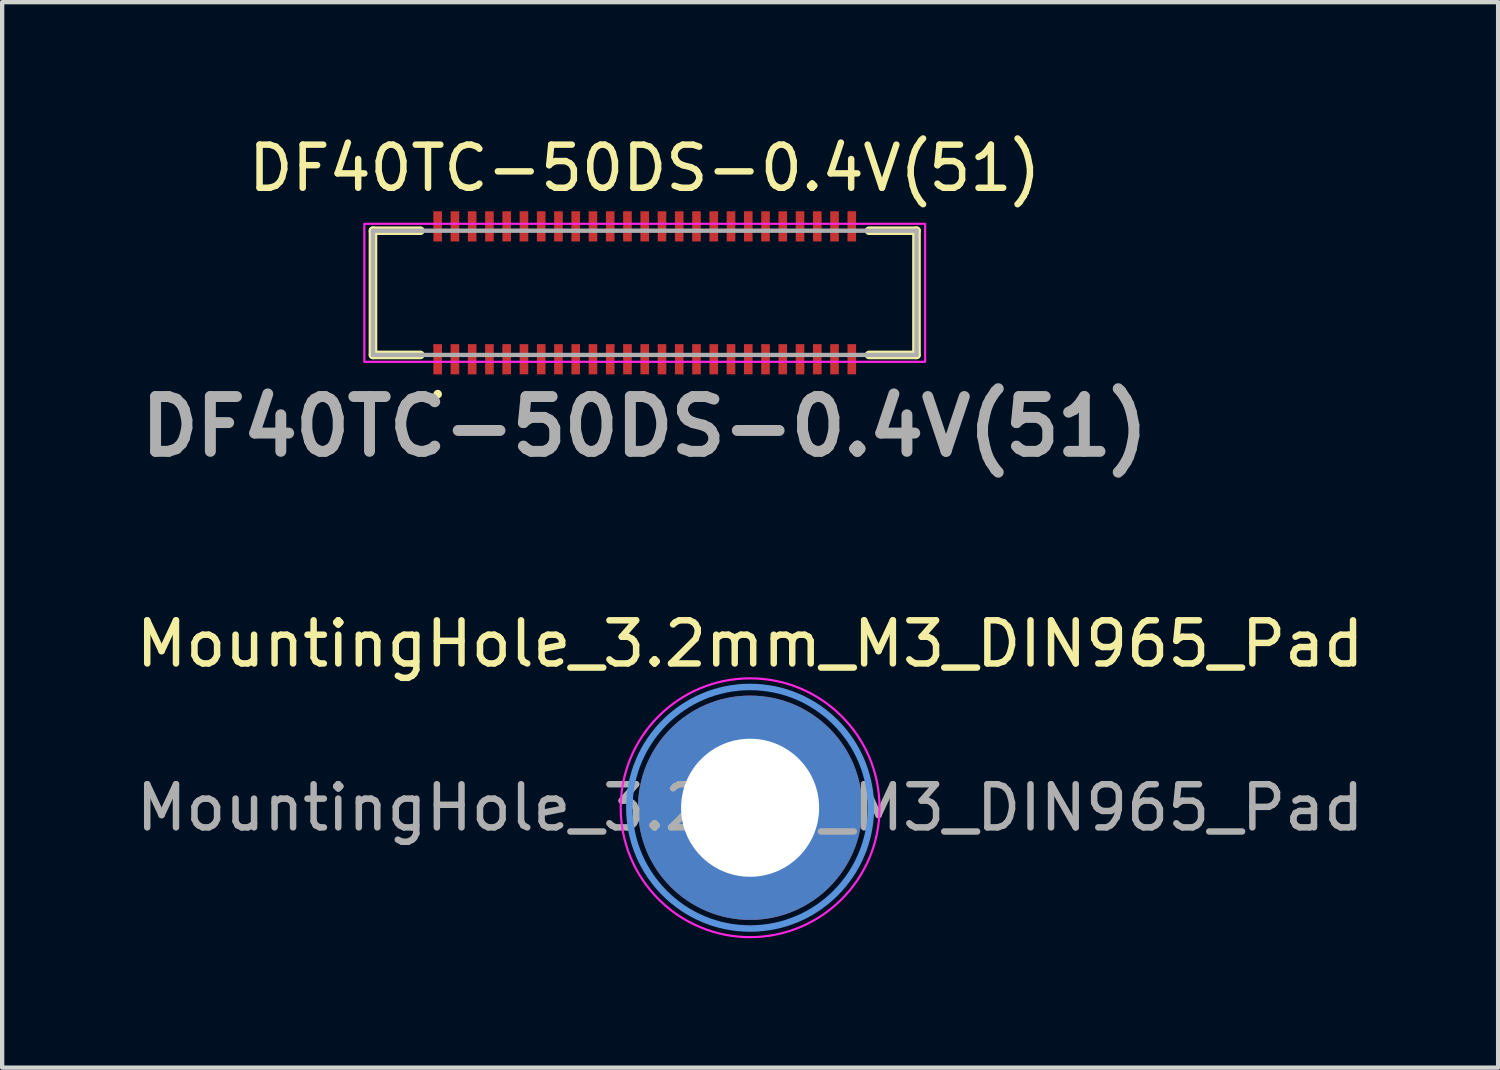
<source format=kicad_pcb>
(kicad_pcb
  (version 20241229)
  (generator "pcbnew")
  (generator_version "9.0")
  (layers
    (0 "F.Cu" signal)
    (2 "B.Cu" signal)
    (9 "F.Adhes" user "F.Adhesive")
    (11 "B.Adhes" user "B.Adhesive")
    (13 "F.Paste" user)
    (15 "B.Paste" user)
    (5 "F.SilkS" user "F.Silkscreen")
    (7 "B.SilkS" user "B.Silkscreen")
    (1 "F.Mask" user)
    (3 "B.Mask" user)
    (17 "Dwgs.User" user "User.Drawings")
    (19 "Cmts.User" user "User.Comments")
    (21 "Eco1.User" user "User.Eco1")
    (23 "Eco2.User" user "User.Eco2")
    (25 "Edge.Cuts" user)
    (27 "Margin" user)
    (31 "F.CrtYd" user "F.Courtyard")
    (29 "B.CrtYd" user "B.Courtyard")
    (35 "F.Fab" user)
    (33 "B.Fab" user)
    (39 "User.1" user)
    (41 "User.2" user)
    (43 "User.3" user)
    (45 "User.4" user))
  (footprint "MountingHole_3.2mm_M3_DIN965_Pad"
    (layer "F.Cu")
    (at 14.339 15.675)
    (property "Reference" "MountingHole_3.2mm_M3_DIN965_Pad" (at 0 -3.8 0) (layer "F.SilkS") (effects (font (size 1 1) (thickness 0.15))))
    (attr exclude_from_pos_files exclude_from_bom)
    (fp_circle (center 0 0) (end 2.8 0) (stroke (width 0.15) (type solid)) (fill no) (layer "Cmts.User"))
    (fp_circle (center 0 0) (end 3 0) (stroke (width 0.05) (type solid)) (fill no) (layer "F.CrtYd"))
    (fp_text user "${REFERENCE}" (at 0 0 0) (layer "F.Fab") (effects (font (size 1 1) (thickness 0.15))))
    (pad "1" thru_hole circle (at 0 0) (size 5.2 5.2) (drill 3.2) (layers "*.Cu" "*.Mask")))
  (footprint "DF40TC-50DS-0.4V(51)"
    (layer "F.Cu")
    (at 11.896 3.738)
    (property "Reference" "DF40TC-50DS-0.4V(51)" (at 0 -2.89 0) (layer "F.SilkS") (effects (font (size 1 1) (thickness 0.15))))
    (attr smd)
    (fp_line (start -6.3 -1.44) (end -6.3 1.44) (stroke (width 0.2) (type solid)) (layer "F.SilkS"))
    (fp_line (start -6.3 1.44) (end -5.2 1.44) (stroke (width 0.2) (type solid)) (layer "F.SilkS"))
    (fp_line (start -5.2 -1.44) (end -6.3 -1.44) (stroke (width 0.2) (type solid)) (layer "F.SilkS"))
    (fp_line (start -4.8 2.3) (end -4.8 2.3) (stroke (width 0.1) (type solid)) (layer "F.SilkS"))
    (fp_line (start -4.8 2.4) (end -4.8 2.4) (stroke (width 0.1) (type solid)) (layer "F.SilkS"))
    (fp_line (start 5.2 -1.44) (end 6.3 -1.44) (stroke (width 0.2) (type solid)) (layer "F.SilkS"))
    (fp_line (start 6.3 -1.44) (end 6.3 1.44) (stroke (width 0.2) (type solid)) (layer "F.SilkS"))
    (fp_line (start 6.3 1.44) (end 5.2 1.44) (stroke (width 0.2) (type solid)) (layer "F.SilkS"))
    (fp_arc (start -4.8 2.3) (mid -4.75 2.35) (end -4.8 2.4) (stroke (width 0.1) (type solid)) (layer "F.SilkS"))
    (fp_arc (start -4.8 2.4) (mid -4.85 2.35) (end -4.8 2.3) (stroke (width 0.1) (type solid)) (layer "F.SilkS"))
    (fp_rect (start -6.5 -1.6) (end 6.5 1.6) (stroke (width 0.05) (type default)) (fill no) (layer "F.CrtYd"))
    (fp_line (start -6.3 -1.44) (end 6.3 -1.44) (stroke (width 0.1) (type solid)) (layer "F.Fab"))
    (fp_line (start -6.3 1.44) (end -6.3 -1.44) (stroke (width 0.1) (type solid)) (layer "F.Fab"))
    (fp_line (start 6.3 -1.44) (end 6.3 1.44) (stroke (width 0.1) (type solid)) (layer "F.Fab"))
    (fp_line (start 6.3 1.44) (end -6.3 1.44) (stroke (width 0.1) (type solid)) (layer "F.Fab"))
    (fp_text user "${REFERENCE}" (at 0 3.1 0) (layer "F.Fab") (effects (font (size 1.27 1.27) (thickness 0.254))))
    (pad "1" smd rect (at -4.8 1.54) (size 0.2 0.7) (layers "F.Cu" "F.Mask" "F.Paste"))
    (pad "2" smd rect (at -4.8 -1.54) (size 0.2 0.7) (layers "F.Cu" "F.Mask" "F.Paste"))
    (pad "3" smd rect (at -4.4 1.54) (size 0.2 0.7) (layers "F.Cu" "F.Mask" "F.Paste"))
    (pad "4" smd rect (at -4.4 -1.54) (size 0.2 0.7) (layers "F.Cu" "F.Mask" "F.Paste"))
    (pad "5" smd rect (at -4 1.54) (size 0.2 0.7) (layers "F.Cu" "F.Mask" "F.Paste"))
    (pad "6" smd rect (at -4 -1.54) (size 0.2 0.7) (layers "F.Cu" "F.Mask" "F.Paste"))
    (pad "7" smd rect (at -3.6 1.54) (size 0.2 0.7) (layers "F.Cu" "F.Mask" "F.Paste"))
    (pad "8" smd rect (at -3.6 -1.54) (size 0.2 0.7) (layers "F.Cu" "F.Mask" "F.Paste"))
    (pad "9" smd rect (at -3.2 1.54) (size 0.2 0.7) (layers "F.Cu" "F.Mask" "F.Paste"))
    (pad "10" smd rect (at -3.2 -1.54) (size 0.2 0.7) (layers "F.Cu" "F.Mask" "F.Paste"))
    (pad "11" smd rect (at -2.8 1.54) (size 0.2 0.7) (layers "F.Cu" "F.Mask" "F.Paste"))
    (pad "12" smd rect (at -2.8 -1.54) (size 0.2 0.7) (layers "F.Cu" "F.Mask" "F.Paste"))
    (pad "13" smd rect (at -2.4 1.54) (size 0.2 0.7) (layers "F.Cu" "F.Mask" "F.Paste"))
    (pad "14" smd rect (at -2.4 -1.54) (size 0.2 0.7) (layers "F.Cu" "F.Mask" "F.Paste"))
    (pad "15" smd rect (at -2 1.54) (size 0.2 0.7) (layers "F.Cu" "F.Mask" "F.Paste"))
    (pad "16" smd rect (at -2 -1.54) (size 0.2 0.7) (layers "F.Cu" "F.Mask" "F.Paste"))
    (pad "17" smd rect (at -1.6 1.54) (size 0.2 0.7) (layers "F.Cu" "F.Mask" "F.Paste"))
    (pad "18" smd rect (at -1.6 -1.54) (size 0.2 0.7) (layers "F.Cu" "F.Mask" "F.Paste"))
    (pad "19" smd rect (at -1.2 1.54) (size 0.2 0.7) (layers "F.Cu" "F.Mask" "F.Paste"))
    (pad "20" smd rect (at -1.2 -1.54) (size 0.2 0.7) (layers "F.Cu" "F.Mask" "F.Paste"))
    (pad "21" smd rect (at -0.8 1.54) (size 0.2 0.7) (layers "F.Cu" "F.Mask" "F.Paste"))
    (pad "22" smd rect (at -0.8 -1.54) (size 0.2 0.7) (layers "F.Cu" "F.Mask" "F.Paste"))
    (pad "23" smd rect (at -0.4 1.54) (size 0.2 0.7) (layers "F.Cu" "F.Mask" "F.Paste"))
    (pad "24" smd rect (at -0.4 -1.54) (size 0.2 0.7) (layers "F.Cu" "F.Mask" "F.Paste"))
    (pad "25" smd rect (at 0 1.54) (size 0.2 0.7) (layers "F.Cu" "F.Mask" "F.Paste"))
    (pad "26" smd rect (at 0 -1.54) (size 0.2 0.7) (layers "F.Cu" "F.Mask" "F.Paste"))
    (pad "27" smd rect (at 0.4 1.54) (size 0.2 0.7) (layers "F.Cu" "F.Mask" "F.Paste"))
    (pad "28" smd rect (at 0.4 -1.54) (size 0.2 0.7) (layers "F.Cu" "F.Mask" "F.Paste"))
    (pad "29" smd rect (at 0.8 1.54) (size 0.2 0.7) (layers "F.Cu" "F.Mask" "F.Paste"))
    (pad "30" smd rect (at 0.8 -1.54) (size 0.2 0.7) (layers "F.Cu" "F.Mask" "F.Paste"))
    (pad "31" smd rect (at 1.2 1.54) (size 0.2 0.7) (layers "F.Cu" "F.Mask" "F.Paste"))
    (pad "32" smd rect (at 1.2 -1.54) (size 0.2 0.7) (layers "F.Cu" "F.Mask" "F.Paste"))
    (pad "33" smd rect (at 1.6 1.54) (size 0.2 0.7) (layers "F.Cu" "F.Mask" "F.Paste"))
    (pad "34" smd rect (at 1.6 -1.54) (size 0.2 0.7) (layers "F.Cu" "F.Mask" "F.Paste"))
    (pad "35" smd rect (at 2 1.54) (size 0.2 0.7) (layers "F.Cu" "F.Mask" "F.Paste"))
    (pad "36" smd rect (at 2 -1.54) (size 0.2 0.7) (layers "F.Cu" "F.Mask" "F.Paste"))
    (pad "37" smd rect (at 2.4 1.54) (size 0.2 0.7) (layers "F.Cu" "F.Mask" "F.Paste"))
    (pad "38" smd rect (at 2.4 -1.54) (size 0.2 0.7) (layers "F.Cu" "F.Mask" "F.Paste"))
    (pad "39" smd rect (at 2.8 1.54) (size 0.2 0.7) (layers "F.Cu" "F.Mask" "F.Paste"))
    (pad "40" smd rect (at 2.8 -1.54) (size 0.2 0.7) (layers "F.Cu" "F.Mask" "F.Paste"))
    (pad "41" smd rect (at 3.2 1.54) (size 0.2 0.7) (layers "F.Cu" "F.Mask" "F.Paste"))
    (pad "42" smd rect (at 3.2 -1.54) (size 0.2 0.7) (layers "F.Cu" "F.Mask" "F.Paste"))
    (pad "43" smd rect (at 3.6 1.54) (size 0.2 0.7) (layers "F.Cu" "F.Mask" "F.Paste"))
    (pad "44" smd rect (at 3.6 -1.54) (size 0.2 0.7) (layers "F.Cu" "F.Mask" "F.Paste"))
    (pad "45" smd rect (at 4 1.54) (size 0.2 0.7) (layers "F.Cu" "F.Mask" "F.Paste"))
    (pad "46" smd rect (at 4 -1.54) (size 0.2 0.7) (layers "F.Cu" "F.Mask" "F.Paste"))
    (pad "47" smd rect (at 4.4 1.54) (size 0.2 0.7) (layers "F.Cu" "F.Mask" "F.Paste"))
    (pad "48" smd rect (at 4.4 -1.54) (size 0.2 0.7) (layers "F.Cu" "F.Mask" "F.Paste"))
    (pad "49" smd rect (at 4.8 1.54) (size 0.2 0.7) (layers "F.Cu" "F.Mask" "F.Paste"))
    (pad "50" smd rect (at 4.8 -1.54) (size 0.2 0.7) (layers "F.Cu" "F.Mask" "F.Paste")))
  (gr_rect
    (start -3 -3)
    (end 31.679 21.7)
    (stroke (width 0.1) (type default))
    (fill no)
    (layer "Edge.Cuts")))
</source>
